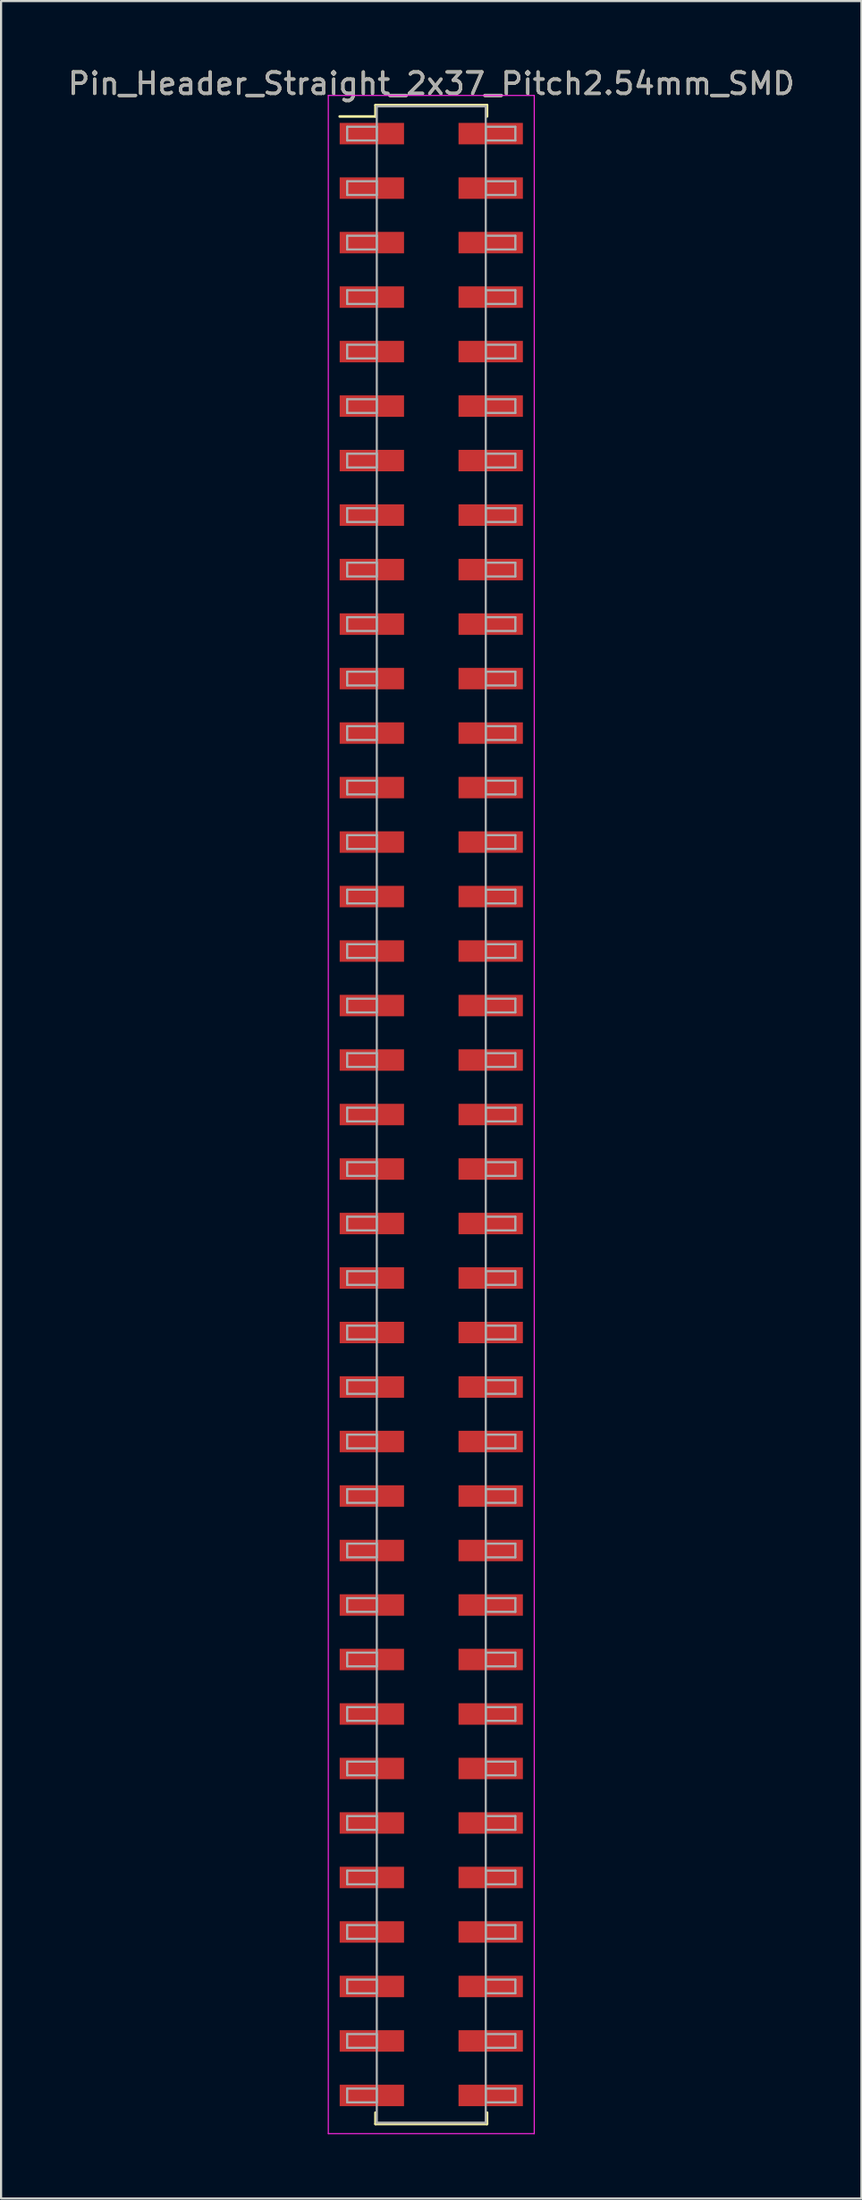
<source format=kicad_pcb>
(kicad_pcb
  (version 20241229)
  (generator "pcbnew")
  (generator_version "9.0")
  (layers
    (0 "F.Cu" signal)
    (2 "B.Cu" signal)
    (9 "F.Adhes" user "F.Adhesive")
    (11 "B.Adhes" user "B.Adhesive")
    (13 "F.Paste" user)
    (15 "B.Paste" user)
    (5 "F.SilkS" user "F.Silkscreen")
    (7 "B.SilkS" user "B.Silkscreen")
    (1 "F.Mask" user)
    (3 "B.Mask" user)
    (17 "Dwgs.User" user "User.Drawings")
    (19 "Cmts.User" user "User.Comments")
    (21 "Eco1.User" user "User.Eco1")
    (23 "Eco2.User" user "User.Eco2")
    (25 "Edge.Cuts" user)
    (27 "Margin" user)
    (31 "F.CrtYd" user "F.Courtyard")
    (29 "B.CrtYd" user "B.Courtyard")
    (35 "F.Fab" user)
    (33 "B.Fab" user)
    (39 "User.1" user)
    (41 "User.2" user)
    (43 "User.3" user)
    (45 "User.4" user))
  (footprint "Pin_Header_Straight_2x37_Pitch2.54mm_SMD"
    (layer "F.Cu")
    (at 17.054 48.898)
    (property "Reference" "Pin_Header_Straight_2x37_Pitch2.54mm_SMD" (at 0 -48.05 0) (layer "F.SilkS") (effects (font (size 1 1) (thickness 0.15))))
    (attr smd)
    (fp_line (start -4.27 -46.52) (end -2.6 -46.52) (stroke (width 0.12) (type solid)) (layer "F.SilkS"))
    (fp_line (start -2.6 -47.05) (end 2.6 -47.05) (stroke (width 0.12) (type solid)) (layer "F.SilkS"))
    (fp_line (start -2.6 -46.52) (end -2.6 -47.05) (stroke (width 0.12) (type solid)) (layer "F.SilkS"))
    (fp_line (start -2.6 46.52) (end -2.6 47.05) (stroke (width 0.12) (type solid)) (layer "F.SilkS"))
    (fp_line (start -2.6 47.05) (end 2.6 47.05) (stroke (width 0.12) (type solid)) (layer "F.SilkS"))
    (fp_line (start 2.6 -47.05) (end 2.6 -46.52) (stroke (width 0.12) (type solid)) (layer "F.SilkS"))
    (fp_line (start 2.6 47.05) (end 2.6 46.52) (stroke (width 0.12) (type solid)) (layer "F.SilkS"))
    (fp_line (start -4.8 -47.5) (end -4.8 47.5) (stroke (width 0.05) (type solid)) (layer "F.CrtYd"))
    (fp_line (start -4.8 47.5) (end 4.8 47.5) (stroke (width 0.05) (type solid)) (layer "F.CrtYd"))
    (fp_line (start 4.8 -47.5) (end -4.8 -47.5) (stroke (width 0.05) (type solid)) (layer "F.CrtYd"))
    (fp_line (start 4.8 47.5) (end 4.8 -47.5) (stroke (width 0.05) (type solid)) (layer "F.CrtYd"))
    (fp_line (start -3.92 -46.04) (end -2.54 -46.04) (stroke (width 0.1) (type solid)) (layer "F.Fab"))
    (fp_line (start -3.92 -45.4) (end -3.92 -46.04) (stroke (width 0.1) (type solid)) (layer "F.Fab"))
    (fp_line (start -3.92 -43.5) (end -2.54 -43.5) (stroke (width 0.1) (type solid)) (layer "F.Fab"))
    (fp_line (start -3.92 -42.86) (end -3.92 -43.5) (stroke (width 0.1) (type solid)) (layer "F.Fab"))
    (fp_line (start -3.92 -40.96) (end -2.54 -40.96) (stroke (width 0.1) (type solid)) (layer "F.Fab"))
    (fp_line (start -3.92 -40.32) (end -3.92 -40.96) (stroke (width 0.1) (type solid)) (layer "F.Fab"))
    (fp_line (start -3.92 -38.42) (end -2.54 -38.42) (stroke (width 0.1) (type solid)) (layer "F.Fab"))
    (fp_line (start -3.92 -37.78) (end -3.92 -38.42) (stroke (width 0.1) (type solid)) (layer "F.Fab"))
    (fp_line (start -3.92 -35.88) (end -2.54 -35.88) (stroke (width 0.1) (type solid)) (layer "F.Fab"))
    (fp_line (start -3.92 -35.24) (end -3.92 -35.88) (stroke (width 0.1) (type solid)) (layer "F.Fab"))
    (fp_line (start -3.92 -33.34) (end -2.54 -33.34) (stroke (width 0.1) (type solid)) (layer "F.Fab"))
    (fp_line (start -3.92 -32.7) (end -3.92 -33.34) (stroke (width 0.1) (type solid)) (layer "F.Fab"))
    (fp_line (start -3.92 -30.8) (end -2.54 -30.8) (stroke (width 0.1) (type solid)) (layer "F.Fab"))
    (fp_line (start -3.92 -30.16) (end -3.92 -30.8) (stroke (width 0.1) (type solid)) (layer "F.Fab"))
    (fp_line (start -3.92 -28.26) (end -2.54 -28.26) (stroke (width 0.1) (type solid)) (layer "F.Fab"))
    (fp_line (start -3.92 -27.62) (end -3.92 -28.26) (stroke (width 0.1) (type solid)) (layer "F.Fab"))
    (fp_line (start -3.92 -25.72) (end -2.54 -25.72) (stroke (width 0.1) (type solid)) (layer "F.Fab"))
    (fp_line (start -3.92 -25.08) (end -3.92 -25.72) (stroke (width 0.1) (type solid)) (layer "F.Fab"))
    (fp_line (start -3.92 -23.18) (end -2.54 -23.18) (stroke (width 0.1) (type solid)) (layer "F.Fab"))
    (fp_line (start -3.92 -22.54) (end -3.92 -23.18) (stroke (width 0.1) (type solid)) (layer "F.Fab"))
    (fp_line (start -3.92 -20.64) (end -2.54 -20.64) (stroke (width 0.1) (type solid)) (layer "F.Fab"))
    (fp_line (start -3.92 -20) (end -3.92 -20.64) (stroke (width 0.1) (type solid)) (layer "F.Fab"))
    (fp_line (start -3.92 -18.1) (end -2.54 -18.1) (stroke (width 0.1) (type solid)) (layer "F.Fab"))
    (fp_line (start -3.92 -17.46) (end -3.92 -18.1) (stroke (width 0.1) (type solid)) (layer "F.Fab"))
    (fp_line (start -3.92 -15.56) (end -2.54 -15.56) (stroke (width 0.1) (type solid)) (layer "F.Fab"))
    (fp_line (start -3.92 -14.92) (end -3.92 -15.56) (stroke (width 0.1) (type solid)) (layer "F.Fab"))
    (fp_line (start -3.92 -13.02) (end -2.54 -13.02) (stroke (width 0.1) (type solid)) (layer "F.Fab"))
    (fp_line (start -3.92 -12.38) (end -3.92 -13.02) (stroke (width 0.1) (type solid)) (layer "F.Fab"))
    (fp_line (start -3.92 -10.48) (end -2.54 -10.48) (stroke (width 0.1) (type solid)) (layer "F.Fab"))
    (fp_line (start -3.92 -9.84) (end -3.92 -10.48) (stroke (width 0.1) (type solid)) (layer "F.Fab"))
    (fp_line (start -3.92 -7.94) (end -2.54 -7.94) (stroke (width 0.1) (type solid)) (layer "F.Fab"))
    (fp_line (start -3.92 -7.3) (end -3.92 -7.94) (stroke (width 0.1) (type solid)) (layer "F.Fab"))
    (fp_line (start -3.92 -5.4) (end -2.54 -5.4) (stroke (width 0.1) (type solid)) (layer "F.Fab"))
    (fp_line (start -3.92 -4.76) (end -3.92 -5.4) (stroke (width 0.1) (type solid)) (layer "F.Fab"))
    (fp_line (start -3.92 -2.86) (end -2.54 -2.86) (stroke (width 0.1) (type solid)) (layer "F.Fab"))
    (fp_line (start -3.92 -2.22) (end -3.92 -2.86) (stroke (width 0.1) (type solid)) (layer "F.Fab"))
    (fp_line (start -3.92 -0.32) (end -2.54 -0.32) (stroke (width 0.1) (type solid)) (layer "F.Fab"))
    (fp_line (start -3.92 0.32) (end -3.92 -0.32) (stroke (width 0.1) (type solid)) (layer "F.Fab"))
    (fp_line (start -3.92 2.22) (end -2.54 2.22) (stroke (width 0.1) (type solid)) (layer "F.Fab"))
    (fp_line (start -3.92 2.86) (end -3.92 2.22) (stroke (width 0.1) (type solid)) (layer "F.Fab"))
    (fp_line (start -3.92 4.76) (end -2.54 4.76) (stroke (width 0.1) (type solid)) (layer "F.Fab"))
    (fp_line (start -3.92 5.4) (end -3.92 4.76) (stroke (width 0.1) (type solid)) (layer "F.Fab"))
    (fp_line (start -3.92 7.3) (end -2.54 7.3) (stroke (width 0.1) (type solid)) (layer "F.Fab"))
    (fp_line (start -3.92 7.94) (end -3.92 7.3) (stroke (width 0.1) (type solid)) (layer "F.Fab"))
    (fp_line (start -3.92 9.84) (end -2.54 9.84) (stroke (width 0.1) (type solid)) (layer "F.Fab"))
    (fp_line (start -3.92 10.48) (end -3.92 9.84) (stroke (width 0.1) (type solid)) (layer "F.Fab"))
    (fp_line (start -3.92 12.38) (end -2.54 12.38) (stroke (width 0.1) (type solid)) (layer "F.Fab"))
    (fp_line (start -3.92 13.02) (end -3.92 12.38) (stroke (width 0.1) (type solid)) (layer "F.Fab"))
    (fp_line (start -3.92 14.92) (end -2.54 14.92) (stroke (width 0.1) (type solid)) (layer "F.Fab"))
    (fp_line (start -3.92 15.56) (end -3.92 14.92) (stroke (width 0.1) (type solid)) (layer "F.Fab"))
    (fp_line (start -3.92 17.46) (end -2.54 17.46) (stroke (width 0.1) (type solid)) (layer "F.Fab"))
    (fp_line (start -3.92 18.1) (end -3.92 17.46) (stroke (width 0.1) (type solid)) (layer "F.Fab"))
    (fp_line (start -3.92 20) (end -2.54 20) (stroke (width 0.1) (type solid)) (layer "F.Fab"))
    (fp_line (start -3.92 20.64) (end -3.92 20) (stroke (width 0.1) (type solid)) (layer "F.Fab"))
    (fp_line (start -3.92 22.54) (end -2.54 22.54) (stroke (width 0.1) (type solid)) (layer "F.Fab"))
    (fp_line (start -3.92 23.18) (end -3.92 22.54) (stroke (width 0.1) (type solid)) (layer "F.Fab"))
    (fp_line (start -3.92 25.08) (end -2.54 25.08) (stroke (width 0.1) (type solid)) (layer "F.Fab"))
    (fp_line (start -3.92 25.72) (end -3.92 25.08) (stroke (width 0.1) (type solid)) (layer "F.Fab"))
    (fp_line (start -3.92 27.62) (end -2.54 27.62) (stroke (width 0.1) (type solid)) (layer "F.Fab"))
    (fp_line (start -3.92 28.26) (end -3.92 27.62) (stroke (width 0.1) (type solid)) (layer "F.Fab"))
    (fp_line (start -3.92 30.16) (end -2.54 30.16) (stroke (width 0.1) (type solid)) (layer "F.Fab"))
    (fp_line (start -3.92 30.8) (end -3.92 30.16) (stroke (width 0.1) (type solid)) (layer "F.Fab"))
    (fp_line (start -3.92 32.7) (end -2.54 32.7) (stroke (width 0.1) (type solid)) (layer "F.Fab"))
    (fp_line (start -3.92 33.34) (end -3.92 32.7) (stroke (width 0.1) (type solid)) (layer "F.Fab"))
    (fp_line (start -3.92 35.24) (end -2.54 35.24) (stroke (width 0.1) (type solid)) (layer "F.Fab"))
    (fp_line (start -3.92 35.88) (end -3.92 35.24) (stroke (width 0.1) (type solid)) (layer "F.Fab"))
    (fp_line (start -3.92 37.78) (end -2.54 37.78) (stroke (width 0.1) (type solid)) (layer "F.Fab"))
    (fp_line (start -3.92 38.42) (end -3.92 37.78) (stroke (width 0.1) (type solid)) (layer "F.Fab"))
    (fp_line (start -3.92 40.32) (end -2.54 40.32) (stroke (width 0.1) (type solid)) (layer "F.Fab"))
    (fp_line (start -3.92 40.96) (end -3.92 40.32) (stroke (width 0.1) (type solid)) (layer "F.Fab"))
    (fp_line (start -3.92 42.86) (end -2.54 42.86) (stroke (width 0.1) (type solid)) (layer "F.Fab"))
    (fp_line (start -3.92 43.5) (end -3.92 42.86) (stroke (width 0.1) (type solid)) (layer "F.Fab"))
    (fp_line (start -3.92 45.4) (end -2.54 45.4) (stroke (width 0.1) (type solid)) (layer "F.Fab"))
    (fp_line (start -3.92 46.04) (end -3.92 45.4) (stroke (width 0.1) (type solid)) (layer "F.Fab"))
    (fp_line (start -2.54 -46.99) (end -2.54 46.99) (stroke (width 0.1) (type solid)) (layer "F.Fab"))
    (fp_line (start -2.54 -46.04) (end -2.54 -45.4) (stroke (width 0.1) (type solid)) (layer "F.Fab"))
    (fp_line (start -2.54 -45.4) (end -3.92 -45.4) (stroke (width 0.1) (type solid)) (layer "F.Fab"))
    (fp_line (start -2.54 -43.5) (end -2.54 -42.86) (stroke (width 0.1) (type solid)) (layer "F.Fab"))
    (fp_line (start -2.54 -42.86) (end -3.92 -42.86) (stroke (width 0.1) (type solid)) (layer "F.Fab"))
    (fp_line (start -2.54 -40.96) (end -2.54 -40.32) (stroke (width 0.1) (type solid)) (layer "F.Fab"))
    (fp_line (start -2.54 -40.32) (end -3.92 -40.32) (stroke (width 0.1) (type solid)) (layer "F.Fab"))
    (fp_line (start -2.54 -38.42) (end -2.54 -37.78) (stroke (width 0.1) (type solid)) (layer "F.Fab"))
    (fp_line (start -2.54 -37.78) (end -3.92 -37.78) (stroke (width 0.1) (type solid)) (layer "F.Fab"))
    (fp_line (start -2.54 -35.88) (end -2.54 -35.24) (stroke (width 0.1) (type solid)) (layer "F.Fab"))
    (fp_line (start -2.54 -35.24) (end -3.92 -35.24) (stroke (width 0.1) (type solid)) (layer "F.Fab"))
    (fp_line (start -2.54 -33.34) (end -2.54 -32.7) (stroke (width 0.1) (type solid)) (layer "F.Fab"))
    (fp_line (start -2.54 -32.7) (end -3.92 -32.7) (stroke (width 0.1) (type solid)) (layer "F.Fab"))
    (fp_line (start -2.54 -30.8) (end -2.54 -30.16) (stroke (width 0.1) (type solid)) (layer "F.Fab"))
    (fp_line (start -2.54 -30.16) (end -3.92 -30.16) (stroke (width 0.1) (type solid)) (layer "F.Fab"))
    (fp_line (start -2.54 -28.26) (end -2.54 -27.62) (stroke (width 0.1) (type solid)) (layer "F.Fab"))
    (fp_line (start -2.54 -27.62) (end -3.92 -27.62) (stroke (width 0.1) (type solid)) (layer "F.Fab"))
    (fp_line (start -2.54 -25.72) (end -2.54 -25.08) (stroke (width 0.1) (type solid)) (layer "F.Fab"))
    (fp_line (start -2.54 -25.08) (end -3.92 -25.08) (stroke (width 0.1) (type solid)) (layer "F.Fab"))
    (fp_line (start -2.54 -23.18) (end -2.54 -22.54) (stroke (width 0.1) (type solid)) (layer "F.Fab"))
    (fp_line (start -2.54 -22.54) (end -3.92 -22.54) (stroke (width 0.1) (type solid)) (layer "F.Fab"))
    (fp_line (start -2.54 -20.64) (end -2.54 -20) (stroke (width 0.1) (type solid)) (layer "F.Fab"))
    (fp_line (start -2.54 -20) (end -3.92 -20) (stroke (width 0.1) (type solid)) (layer "F.Fab"))
    (fp_line (start -2.54 -18.1) (end -2.54 -17.46) (stroke (width 0.1) (type solid)) (layer "F.Fab"))
    (fp_line (start -2.54 -17.46) (end -3.92 -17.46) (stroke (width 0.1) (type solid)) (layer "F.Fab"))
    (fp_line (start -2.54 -15.56) (end -2.54 -14.92) (stroke (width 0.1) (type solid)) (layer "F.Fab"))
    (fp_line (start -2.54 -14.92) (end -3.92 -14.92) (stroke (width 0.1) (type solid)) (layer "F.Fab"))
    (fp_line (start -2.54 -13.02) (end -2.54 -12.38) (stroke (width 0.1) (type solid)) (layer "F.Fab"))
    (fp_line (start -2.54 -12.38) (end -3.92 -12.38) (stroke (width 0.1) (type solid)) (layer "F.Fab"))
    (fp_line (start -2.54 -10.48) (end -2.54 -9.84) (stroke (width 0.1) (type solid)) (layer "F.Fab"))
    (fp_line (start -2.54 -9.84) (end -3.92 -9.84) (stroke (width 0.1) (type solid)) (layer "F.Fab"))
    (fp_line (start -2.54 -7.94) (end -2.54 -7.3) (stroke (width 0.1) (type solid)) (layer "F.Fab"))
    (fp_line (start -2.54 -7.3) (end -3.92 -7.3) (stroke (width 0.1) (type solid)) (layer "F.Fab"))
    (fp_line (start -2.54 -5.4) (end -2.54 -4.76) (stroke (width 0.1) (type solid)) (layer "F.Fab"))
    (fp_line (start -2.54 -4.76) (end -3.92 -4.76) (stroke (width 0.1) (type solid)) (layer "F.Fab"))
    (fp_line (start -2.54 -2.86) (end -2.54 -2.22) (stroke (width 0.1) (type solid)) (layer "F.Fab"))
    (fp_line (start -2.54 -2.22) (end -3.92 -2.22) (stroke (width 0.1) (type solid)) (layer "F.Fab"))
    (fp_line (start -2.54 -0.32) (end -2.54 0.32) (stroke (width 0.1) (type solid)) (layer "F.Fab"))
    (fp_line (start -2.54 0.32) (end -3.92 0.32) (stroke (width 0.1) (type solid)) (layer "F.Fab"))
    (fp_line (start -2.54 2.22) (end -2.54 2.86) (stroke (width 0.1) (type solid)) (layer "F.Fab"))
    (fp_line (start -2.54 2.86) (end -3.92 2.86) (stroke (width 0.1) (type solid)) (layer "F.Fab"))
    (fp_line (start -2.54 4.76) (end -2.54 5.4) (stroke (width 0.1) (type solid)) (layer "F.Fab"))
    (fp_line (start -2.54 5.4) (end -3.92 5.4) (stroke (width 0.1) (type solid)) (layer "F.Fab"))
    (fp_line (start -2.54 7.3) (end -2.54 7.94) (stroke (width 0.1) (type solid)) (layer "F.Fab"))
    (fp_line (start -2.54 7.94) (end -3.92 7.94) (stroke (width 0.1) (type solid)) (layer "F.Fab"))
    (fp_line (start -2.54 9.84) (end -2.54 10.48) (stroke (width 0.1) (type solid)) (layer "F.Fab"))
    (fp_line (start -2.54 10.48) (end -3.92 10.48) (stroke (width 0.1) (type solid)) (layer "F.Fab"))
    (fp_line (start -2.54 12.38) (end -2.54 13.02) (stroke (width 0.1) (type solid)) (layer "F.Fab"))
    (fp_line (start -2.54 13.02) (end -3.92 13.02) (stroke (width 0.1) (type solid)) (layer "F.Fab"))
    (fp_line (start -2.54 14.92) (end -2.54 15.56) (stroke (width 0.1) (type solid)) (layer "F.Fab"))
    (fp_line (start -2.54 15.56) (end -3.92 15.56) (stroke (width 0.1) (type solid)) (layer "F.Fab"))
    (fp_line (start -2.54 17.46) (end -2.54 18.1) (stroke (width 0.1) (type solid)) (layer "F.Fab"))
    (fp_line (start -2.54 18.1) (end -3.92 18.1) (stroke (width 0.1) (type solid)) (layer "F.Fab"))
    (fp_line (start -2.54 20) (end -2.54 20.64) (stroke (width 0.1) (type solid)) (layer "F.Fab"))
    (fp_line (start -2.54 20.64) (end -3.92 20.64) (stroke (width 0.1) (type solid)) (layer "F.Fab"))
    (fp_line (start -2.54 22.54) (end -2.54 23.18) (stroke (width 0.1) (type solid)) (layer "F.Fab"))
    (fp_line (start -2.54 23.18) (end -3.92 23.18) (stroke (width 0.1) (type solid)) (layer "F.Fab"))
    (fp_line (start -2.54 25.08) (end -2.54 25.72) (stroke (width 0.1) (type solid)) (layer "F.Fab"))
    (fp_line (start -2.54 25.72) (end -3.92 25.72) (stroke (width 0.1) (type solid)) (layer "F.Fab"))
    (fp_line (start -2.54 27.62) (end -2.54 28.26) (stroke (width 0.1) (type solid)) (layer "F.Fab"))
    (fp_line (start -2.54 28.26) (end -3.92 28.26) (stroke (width 0.1) (type solid)) (layer "F.Fab"))
    (fp_line (start -2.54 30.16) (end -2.54 30.8) (stroke (width 0.1) (type solid)) (layer "F.Fab"))
    (fp_line (start -2.54 30.8) (end -3.92 30.8) (stroke (width 0.1) (type solid)) (layer "F.Fab"))
    (fp_line (start -2.54 32.7) (end -2.54 33.34) (stroke (width 0.1) (type solid)) (layer "F.Fab"))
    (fp_line (start -2.54 33.34) (end -3.92 33.34) (stroke (width 0.1) (type solid)) (layer "F.Fab"))
    (fp_line (start -2.54 35.24) (end -2.54 35.88) (stroke (width 0.1) (type solid)) (layer "F.Fab"))
    (fp_line (start -2.54 35.88) (end -3.92 35.88) (stroke (width 0.1) (type solid)) (layer "F.Fab"))
    (fp_line (start -2.54 37.78) (end -2.54 38.42) (stroke (width 0.1) (type solid)) (layer "F.Fab"))
    (fp_line (start -2.54 38.42) (end -3.92 38.42) (stroke (width 0.1) (type solid)) (layer "F.Fab"))
    (fp_line (start -2.54 40.32) (end -2.54 40.96) (stroke (width 0.1) (type solid)) (layer "F.Fab"))
    (fp_line (start -2.54 40.96) (end -3.92 40.96) (stroke (width 0.1) (type solid)) (layer "F.Fab"))
    (fp_line (start -2.54 42.86) (end -2.54 43.5) (stroke (width 0.1) (type solid)) (layer "F.Fab"))
    (fp_line (start -2.54 43.5) (end -3.92 43.5) (stroke (width 0.1) (type solid)) (layer "F.Fab"))
    (fp_line (start -2.54 45.4) (end -2.54 46.04) (stroke (width 0.1) (type solid)) (layer "F.Fab"))
    (fp_line (start -2.54 46.04) (end -3.92 46.04) (stroke (width 0.1) (type solid)) (layer "F.Fab"))
    (fp_line (start -2.54 46.99) (end 2.54 46.99) (stroke (width 0.1) (type solid)) (layer "F.Fab"))
    (fp_line (start 2.54 -46.99) (end -2.54 -46.99) (stroke (width 0.1) (type solid)) (layer "F.Fab"))
    (fp_line (start 2.54 -46.04) (end 2.54 -45.4) (stroke (width 0.1) (type solid)) (layer "F.Fab"))
    (fp_line (start 2.54 -45.4) (end 3.92 -45.4) (stroke (width 0.1) (type solid)) (layer "F.Fab"))
    (fp_line (start 2.54 -43.5) (end 2.54 -42.86) (stroke (width 0.1) (type solid)) (layer "F.Fab"))
    (fp_line (start 2.54 -42.86) (end 3.92 -42.86) (stroke (width 0.1) (type solid)) (layer "F.Fab"))
    (fp_line (start 2.54 -40.96) (end 2.54 -40.32) (stroke (width 0.1) (type solid)) (layer "F.Fab"))
    (fp_line (start 2.54 -40.32) (end 3.92 -40.32) (stroke (width 0.1) (type solid)) (layer "F.Fab"))
    (fp_line (start 2.54 -38.42) (end 2.54 -37.78) (stroke (width 0.1) (type solid)) (layer "F.Fab"))
    (fp_line (start 2.54 -37.78) (end 3.92 -37.78) (stroke (width 0.1) (type solid)) (layer "F.Fab"))
    (fp_line (start 2.54 -35.88) (end 2.54 -35.24) (stroke (width 0.1) (type solid)) (layer "F.Fab"))
    (fp_line (start 2.54 -35.24) (end 3.92 -35.24) (stroke (width 0.1) (type solid)) (layer "F.Fab"))
    (fp_line (start 2.54 -33.34) (end 2.54 -32.7) (stroke (width 0.1) (type solid)) (layer "F.Fab"))
    (fp_line (start 2.54 -32.7) (end 3.92 -32.7) (stroke (width 0.1) (type solid)) (layer "F.Fab"))
    (fp_line (start 2.54 -30.8) (end 2.54 -30.16) (stroke (width 0.1) (type solid)) (layer "F.Fab"))
    (fp_line (start 2.54 -30.16) (end 3.92 -30.16) (stroke (width 0.1) (type solid)) (layer "F.Fab"))
    (fp_line (start 2.54 -28.26) (end 2.54 -27.62) (stroke (width 0.1) (type solid)) (layer "F.Fab"))
    (fp_line (start 2.54 -27.62) (end 3.92 -27.62) (stroke (width 0.1) (type solid)) (layer "F.Fab"))
    (fp_line (start 2.54 -25.72) (end 2.54 -25.08) (stroke (width 0.1) (type solid)) (layer "F.Fab"))
    (fp_line (start 2.54 -25.08) (end 3.92 -25.08) (stroke (width 0.1) (type solid)) (layer "F.Fab"))
    (fp_line (start 2.54 -23.18) (end 2.54 -22.54) (stroke (width 0.1) (type solid)) (layer "F.Fab"))
    (fp_line (start 2.54 -22.54) (end 3.92 -22.54) (stroke (width 0.1) (type solid)) (layer "F.Fab"))
    (fp_line (start 2.54 -20.64) (end 2.54 -20) (stroke (width 0.1) (type solid)) (layer "F.Fab"))
    (fp_line (start 2.54 -20) (end 3.92 -20) (stroke (width 0.1) (type solid)) (layer "F.Fab"))
    (fp_line (start 2.54 -18.1) (end 2.54 -17.46) (stroke (width 0.1) (type solid)) (layer "F.Fab"))
    (fp_line (start 2.54 -17.46) (end 3.92 -17.46) (stroke (width 0.1) (type solid)) (layer "F.Fab"))
    (fp_line (start 2.54 -15.56) (end 2.54 -14.92) (stroke (width 0.1) (type solid)) (layer "F.Fab"))
    (fp_line (start 2.54 -14.92) (end 3.92 -14.92) (stroke (width 0.1) (type solid)) (layer "F.Fab"))
    (fp_line (start 2.54 -13.02) (end 2.54 -12.38) (stroke (width 0.1) (type solid)) (layer "F.Fab"))
    (fp_line (start 2.54 -12.38) (end 3.92 -12.38) (stroke (width 0.1) (type solid)) (layer "F.Fab"))
    (fp_line (start 2.54 -10.48) (end 2.54 -9.84) (stroke (width 0.1) (type solid)) (layer "F.Fab"))
    (fp_line (start 2.54 -9.84) (end 3.92 -9.84) (stroke (width 0.1) (type solid)) (layer "F.Fab"))
    (fp_line (start 2.54 -7.94) (end 2.54 -7.3) (stroke (width 0.1) (type solid)) (layer "F.Fab"))
    (fp_line (start 2.54 -7.3) (end 3.92 -7.3) (stroke (width 0.1) (type solid)) (layer "F.Fab"))
    (fp_line (start 2.54 -5.4) (end 2.54 -4.76) (stroke (width 0.1) (type solid)) (layer "F.Fab"))
    (fp_line (start 2.54 -4.76) (end 3.92 -4.76) (stroke (width 0.1) (type solid)) (layer "F.Fab"))
    (fp_line (start 2.54 -2.86) (end 2.54 -2.22) (stroke (width 0.1) (type solid)) (layer "F.Fab"))
    (fp_line (start 2.54 -2.22) (end 3.92 -2.22) (stroke (width 0.1) (type solid)) (layer "F.Fab"))
    (fp_line (start 2.54 -0.32) (end 2.54 0.32) (stroke (width 0.1) (type solid)) (layer "F.Fab"))
    (fp_line (start 2.54 0.32) (end 3.92 0.32) (stroke (width 0.1) (type solid)) (layer "F.Fab"))
    (fp_line (start 2.54 2.22) (end 2.54 2.86) (stroke (width 0.1) (type solid)) (layer "F.Fab"))
    (fp_line (start 2.54 2.86) (end 3.92 2.86) (stroke (width 0.1) (type solid)) (layer "F.Fab"))
    (fp_line (start 2.54 4.76) (end 2.54 5.4) (stroke (width 0.1) (type solid)) (layer "F.Fab"))
    (fp_line (start 2.54 5.4) (end 3.92 5.4) (stroke (width 0.1) (type solid)) (layer "F.Fab"))
    (fp_line (start 2.54 7.3) (end 2.54 7.94) (stroke (width 0.1) (type solid)) (layer "F.Fab"))
    (fp_line (start 2.54 7.94) (end 3.92 7.94) (stroke (width 0.1) (type solid)) (layer "F.Fab"))
    (fp_line (start 2.54 9.84) (end 2.54 10.48) (stroke (width 0.1) (type solid)) (layer "F.Fab"))
    (fp_line (start 2.54 10.48) (end 3.92 10.48) (stroke (width 0.1) (type solid)) (layer "F.Fab"))
    (fp_line (start 2.54 12.38) (end 2.54 13.02) (stroke (width 0.1) (type solid)) (layer "F.Fab"))
    (fp_line (start 2.54 13.02) (end 3.92 13.02) (stroke (width 0.1) (type solid)) (layer "F.Fab"))
    (fp_line (start 2.54 14.92) (end 2.54 15.56) (stroke (width 0.1) (type solid)) (layer "F.Fab"))
    (fp_line (start 2.54 15.56) (end 3.92 15.56) (stroke (width 0.1) (type solid)) (layer "F.Fab"))
    (fp_line (start 2.54 17.46) (end 2.54 18.1) (stroke (width 0.1) (type solid)) (layer "F.Fab"))
    (fp_line (start 2.54 18.1) (end 3.92 18.1) (stroke (width 0.1) (type solid)) (layer "F.Fab"))
    (fp_line (start 2.54 20) (end 2.54 20.64) (stroke (width 0.1) (type solid)) (layer "F.Fab"))
    (fp_line (start 2.54 20.64) (end 3.92 20.64) (stroke (width 0.1) (type solid)) (layer "F.Fab"))
    (fp_line (start 2.54 22.54) (end 2.54 23.18) (stroke (width 0.1) (type solid)) (layer "F.Fab"))
    (fp_line (start 2.54 23.18) (end 3.92 23.18) (stroke (width 0.1) (type solid)) (layer "F.Fab"))
    (fp_line (start 2.54 25.08) (end 2.54 25.72) (stroke (width 0.1) (type solid)) (layer "F.Fab"))
    (fp_line (start 2.54 25.72) (end 3.92 25.72) (stroke (width 0.1) (type solid)) (layer "F.Fab"))
    (fp_line (start 2.54 27.62) (end 2.54 28.26) (stroke (width 0.1) (type solid)) (layer "F.Fab"))
    (fp_line (start 2.54 28.26) (end 3.92 28.26) (stroke (width 0.1) (type solid)) (layer "F.Fab"))
    (fp_line (start 2.54 30.16) (end 2.54 30.8) (stroke (width 0.1) (type solid)) (layer "F.Fab"))
    (fp_line (start 2.54 30.8) (end 3.92 30.8) (stroke (width 0.1) (type solid)) (layer "F.Fab"))
    (fp_line (start 2.54 32.7) (end 2.54 33.34) (stroke (width 0.1) (type solid)) (layer "F.Fab"))
    (fp_line (start 2.54 33.34) (end 3.92 33.34) (stroke (width 0.1) (type solid)) (layer "F.Fab"))
    (fp_line (start 2.54 35.24) (end 2.54 35.88) (stroke (width 0.1) (type solid)) (layer "F.Fab"))
    (fp_line (start 2.54 35.88) (end 3.92 35.88) (stroke (width 0.1) (type solid)) (layer "F.Fab"))
    (fp_line (start 2.54 37.78) (end 2.54 38.42) (stroke (width 0.1) (type solid)) (layer "F.Fab"))
    (fp_line (start 2.54 38.42) (end 3.92 38.42) (stroke (width 0.1) (type solid)) (layer "F.Fab"))
    (fp_line (start 2.54 40.32) (end 2.54 40.96) (stroke (width 0.1) (type solid)) (layer "F.Fab"))
    (fp_line (start 2.54 40.96) (end 3.92 40.96) (stroke (width 0.1) (type solid)) (layer "F.Fab"))
    (fp_line (start 2.54 42.86) (end 2.54 43.5) (stroke (width 0.1) (type solid)) (layer "F.Fab"))
    (fp_line (start 2.54 43.5) (end 3.92 43.5) (stroke (width 0.1) (type solid)) (layer "F.Fab"))
    (fp_line (start 2.54 45.4) (end 2.54 46.04) (stroke (width 0.1) (type solid)) (layer "F.Fab"))
    (fp_line (start 2.54 46.04) (end 3.92 46.04) (stroke (width 0.1) (type solid)) (layer "F.Fab"))
    (fp_line (start 2.54 46.99) (end 2.54 -46.99) (stroke (width 0.1) (type solid)) (layer "F.Fab"))
    (fp_line (start 3.92 -46.04) (end 2.54 -46.04) (stroke (width 0.1) (type solid)) (layer "F.Fab"))
    (fp_line (start 3.92 -45.4) (end 3.92 -46.04) (stroke (width 0.1) (type solid)) (layer "F.Fab"))
    (fp_line (start 3.92 -43.5) (end 2.54 -43.5) (stroke (width 0.1) (type solid)) (layer "F.Fab"))
    (fp_line (start 3.92 -42.86) (end 3.92 -43.5) (stroke (width 0.1) (type solid)) (layer "F.Fab"))
    (fp_line (start 3.92 -40.96) (end 2.54 -40.96) (stroke (width 0.1) (type solid)) (layer "F.Fab"))
    (fp_line (start 3.92 -40.32) (end 3.92 -40.96) (stroke (width 0.1) (type solid)) (layer "F.Fab"))
    (fp_line (start 3.92 -38.42) (end 2.54 -38.42) (stroke (width 0.1) (type solid)) (layer "F.Fab"))
    (fp_line (start 3.92 -37.78) (end 3.92 -38.42) (stroke (width 0.1) (type solid)) (layer "F.Fab"))
    (fp_line (start 3.92 -35.88) (end 2.54 -35.88) (stroke (width 0.1) (type solid)) (layer "F.Fab"))
    (fp_line (start 3.92 -35.24) (end 3.92 -35.88) (stroke (width 0.1) (type solid)) (layer "F.Fab"))
    (fp_line (start 3.92 -33.34) (end 2.54 -33.34) (stroke (width 0.1) (type solid)) (layer "F.Fab"))
    (fp_line (start 3.92 -32.7) (end 3.92 -33.34) (stroke (width 0.1) (type solid)) (layer "F.Fab"))
    (fp_line (start 3.92 -30.8) (end 2.54 -30.8) (stroke (width 0.1) (type solid)) (layer "F.Fab"))
    (fp_line (start 3.92 -30.16) (end 3.92 -30.8) (stroke (width 0.1) (type solid)) (layer "F.Fab"))
    (fp_line (start 3.92 -28.26) (end 2.54 -28.26) (stroke (width 0.1) (type solid)) (layer "F.Fab"))
    (fp_line (start 3.92 -27.62) (end 3.92 -28.26) (stroke (width 0.1) (type solid)) (layer "F.Fab"))
    (fp_line (start 3.92 -25.72) (end 2.54 -25.72) (stroke (width 0.1) (type solid)) (layer "F.Fab"))
    (fp_line (start 3.92 -25.08) (end 3.92 -25.72) (stroke (width 0.1) (type solid)) (layer "F.Fab"))
    (fp_line (start 3.92 -23.18) (end 2.54 -23.18) (stroke (width 0.1) (type solid)) (layer "F.Fab"))
    (fp_line (start 3.92 -22.54) (end 3.92 -23.18) (stroke (width 0.1) (type solid)) (layer "F.Fab"))
    (fp_line (start 3.92 -20.64) (end 2.54 -20.64) (stroke (width 0.1) (type solid)) (layer "F.Fab"))
    (fp_line (start 3.92 -20) (end 3.92 -20.64) (stroke (width 0.1) (type solid)) (layer "F.Fab"))
    (fp_line (start 3.92 -18.1) (end 2.54 -18.1) (stroke (width 0.1) (type solid)) (layer "F.Fab"))
    (fp_line (start 3.92 -17.46) (end 3.92 -18.1) (stroke (width 0.1) (type solid)) (layer "F.Fab"))
    (fp_line (start 3.92 -15.56) (end 2.54 -15.56) (stroke (width 0.1) (type solid)) (layer "F.Fab"))
    (fp_line (start 3.92 -14.92) (end 3.92 -15.56) (stroke (width 0.1) (type solid)) (layer "F.Fab"))
    (fp_line (start 3.92 -13.02) (end 2.54 -13.02) (stroke (width 0.1) (type solid)) (layer "F.Fab"))
    (fp_line (start 3.92 -12.38) (end 3.92 -13.02) (stroke (width 0.1) (type solid)) (layer "F.Fab"))
    (fp_line (start 3.92 -10.48) (end 2.54 -10.48) (stroke (width 0.1) (type solid)) (layer "F.Fab"))
    (fp_line (start 3.92 -9.84) (end 3.92 -10.48) (stroke (width 0.1) (type solid)) (layer "F.Fab"))
    (fp_line (start 3.92 -7.94) (end 2.54 -7.94) (stroke (width 0.1) (type solid)) (layer "F.Fab"))
    (fp_line (start 3.92 -7.3) (end 3.92 -7.94) (stroke (width 0.1) (type solid)) (layer "F.Fab"))
    (fp_line (start 3.92 -5.4) (end 2.54 -5.4) (stroke (width 0.1) (type solid)) (layer "F.Fab"))
    (fp_line (start 3.92 -4.76) (end 3.92 -5.4) (stroke (width 0.1) (type solid)) (layer "F.Fab"))
    (fp_line (start 3.92 -2.86) (end 2.54 -2.86) (stroke (width 0.1) (type solid)) (layer "F.Fab"))
    (fp_line (start 3.92 -2.22) (end 3.92 -2.86) (stroke (width 0.1) (type solid)) (layer "F.Fab"))
    (fp_line (start 3.92 -0.32) (end 2.54 -0.32) (stroke (width 0.1) (type solid)) (layer "F.Fab"))
    (fp_line (start 3.92 0.32) (end 3.92 -0.32) (stroke (width 0.1) (type solid)) (layer "F.Fab"))
    (fp_line (start 3.92 2.22) (end 2.54 2.22) (stroke (width 0.1) (type solid)) (layer "F.Fab"))
    (fp_line (start 3.92 2.86) (end 3.92 2.22) (stroke (width 0.1) (type solid)) (layer "F.Fab"))
    (fp_line (start 3.92 4.76) (end 2.54 4.76) (stroke (width 0.1) (type solid)) (layer "F.Fab"))
    (fp_line (start 3.92 5.4) (end 3.92 4.76) (stroke (width 0.1) (type solid)) (layer "F.Fab"))
    (fp_line (start 3.92 7.3) (end 2.54 7.3) (stroke (width 0.1) (type solid)) (layer "F.Fab"))
    (fp_line (start 3.92 7.94) (end 3.92 7.3) (stroke (width 0.1) (type solid)) (layer "F.Fab"))
    (fp_line (start 3.92 9.84) (end 2.54 9.84) (stroke (width 0.1) (type solid)) (layer "F.Fab"))
    (fp_line (start 3.92 10.48) (end 3.92 9.84) (stroke (width 0.1) (type solid)) (layer "F.Fab"))
    (fp_line (start 3.92 12.38) (end 2.54 12.38) (stroke (width 0.1) (type solid)) (layer "F.Fab"))
    (fp_line (start 3.92 13.02) (end 3.92 12.38) (stroke (width 0.1) (type solid)) (layer "F.Fab"))
    (fp_line (start 3.92 14.92) (end 2.54 14.92) (stroke (width 0.1) (type solid)) (layer "F.Fab"))
    (fp_line (start 3.92 15.56) (end 3.92 14.92) (stroke (width 0.1) (type solid)) (layer "F.Fab"))
    (fp_line (start 3.92 17.46) (end 2.54 17.46) (stroke (width 0.1) (type solid)) (layer "F.Fab"))
    (fp_line (start 3.92 18.1) (end 3.92 17.46) (stroke (width 0.1) (type solid)) (layer "F.Fab"))
    (fp_line (start 3.92 20) (end 2.54 20) (stroke (width 0.1) (type solid)) (layer "F.Fab"))
    (fp_line (start 3.92 20.64) (end 3.92 20) (stroke (width 0.1) (type solid)) (layer "F.Fab"))
    (fp_line (start 3.92 22.54) (end 2.54 22.54) (stroke (width 0.1) (type solid)) (layer "F.Fab"))
    (fp_line (start 3.92 23.18) (end 3.92 22.54) (stroke (width 0.1) (type solid)) (layer "F.Fab"))
    (fp_line (start 3.92 25.08) (end 2.54 25.08) (stroke (width 0.1) (type solid)) (layer "F.Fab"))
    (fp_line (start 3.92 25.72) (end 3.92 25.08) (stroke (width 0.1) (type solid)) (layer "F.Fab"))
    (fp_line (start 3.92 27.62) (end 2.54 27.62) (stroke (width 0.1) (type solid)) (layer "F.Fab"))
    (fp_line (start 3.92 28.26) (end 3.92 27.62) (stroke (width 0.1) (type solid)) (layer "F.Fab"))
    (fp_line (start 3.92 30.16) (end 2.54 30.16) (stroke (width 0.1) (type solid)) (layer "F.Fab"))
    (fp_line (start 3.92 30.8) (end 3.92 30.16) (stroke (width 0.1) (type solid)) (layer "F.Fab"))
    (fp_line (start 3.92 32.7) (end 2.54 32.7) (stroke (width 0.1) (type solid)) (layer "F.Fab"))
    (fp_line (start 3.92 33.34) (end 3.92 32.7) (stroke (width 0.1) (type solid)) (layer "F.Fab"))
    (fp_line (start 3.92 35.24) (end 2.54 35.24) (stroke (width 0.1) (type solid)) (layer "F.Fab"))
    (fp_line (start 3.92 35.88) (end 3.92 35.24) (stroke (width 0.1) (type solid)) (layer "F.Fab"))
    (fp_line (start 3.92 37.78) (end 2.54 37.78) (stroke (width 0.1) (type solid)) (layer "F.Fab"))
    (fp_line (start 3.92 38.42) (end 3.92 37.78) (stroke (width 0.1) (type solid)) (layer "F.Fab"))
    (fp_line (start 3.92 40.32) (end 2.54 40.32) (stroke (width 0.1) (type solid)) (layer "F.Fab"))
    (fp_line (start 3.92 40.96) (end 3.92 40.32) (stroke (width 0.1) (type solid)) (layer "F.Fab"))
    (fp_line (start 3.92 42.86) (end 2.54 42.86) (stroke (width 0.1) (type solid)) (layer "F.Fab"))
    (fp_line (start 3.92 43.5) (end 3.92 42.86) (stroke (width 0.1) (type solid)) (layer "F.Fab"))
    (fp_line (start 3.92 45.4) (end 2.54 45.4) (stroke (width 0.1) (type solid)) (layer "F.Fab"))
    (fp_line (start 3.92 46.04) (end 3.92 45.4) (stroke (width 0.1) (type solid)) (layer "F.Fab"))
    (fp_text user "${REFERENCE}" (at 0 -48.05 0) (layer "F.Fab") (effects (font (size 1 1) (thickness 0.15))))
    (pad "1" smd rect (at -2.77 -45.72) (size 3 1) (layers "F.Cu" "F.Mask" "F.Paste"))
    (pad "2" smd rect (at 2.77 -45.72) (size 3 1) (layers "F.Cu" "F.Mask" "F.Paste"))
    (pad "3" smd rect (at -2.77 -43.18) (size 3 1) (layers "F.Cu" "F.Mask" "F.Paste"))
    (pad "4" smd rect (at 2.77 -43.18) (size 3 1) (layers "F.Cu" "F.Mask" "F.Paste"))
    (pad "5" smd rect (at -2.77 -40.64) (size 3 1) (layers "F.Cu" "F.Mask" "F.Paste"))
    (pad "6" smd rect (at 2.77 -40.64) (size 3 1) (layers "F.Cu" "F.Mask" "F.Paste"))
    (pad "7" smd rect (at -2.77 -38.1) (size 3 1) (layers "F.Cu" "F.Mask" "F.Paste"))
    (pad "8" smd rect (at 2.77 -38.1) (size 3 1) (layers "F.Cu" "F.Mask" "F.Paste"))
    (pad "9" smd rect (at -2.77 -35.56) (size 3 1) (layers "F.Cu" "F.Mask" "F.Paste"))
    (pad "10" smd rect (at 2.77 -35.56) (size 3 1) (layers "F.Cu" "F.Mask" "F.Paste"))
    (pad "11" smd rect (at -2.77 -33.02) (size 3 1) (layers "F.Cu" "F.Mask" "F.Paste"))
    (pad "12" smd rect (at 2.77 -33.02) (size 3 1) (layers "F.Cu" "F.Mask" "F.Paste"))
    (pad "13" smd rect (at -2.77 -30.48) (size 3 1) (layers "F.Cu" "F.Mask" "F.Paste"))
    (pad "14" smd rect (at 2.77 -30.48) (size 3 1) (layers "F.Cu" "F.Mask" "F.Paste"))
    (pad "15" smd rect (at -2.77 -27.94) (size 3 1) (layers "F.Cu" "F.Mask" "F.Paste"))
    (pad "16" smd rect (at 2.77 -27.94) (size 3 1) (layers "F.Cu" "F.Mask" "F.Paste"))
    (pad "17" smd rect (at -2.77 -25.4) (size 3 1) (layers "F.Cu" "F.Mask" "F.Paste"))
    (pad "18" smd rect (at 2.77 -25.4) (size 3 1) (layers "F.Cu" "F.Mask" "F.Paste"))
    (pad "19" smd rect (at -2.77 -22.86) (size 3 1) (layers "F.Cu" "F.Mask" "F.Paste"))
    (pad "20" smd rect (at 2.77 -22.86) (size 3 1) (layers "F.Cu" "F.Mask" "F.Paste"))
    (pad "21" smd rect (at -2.77 -20.32) (size 3 1) (layers "F.Cu" "F.Mask" "F.Paste"))
    (pad "22" smd rect (at 2.77 -20.32) (size 3 1) (layers "F.Cu" "F.Mask" "F.Paste"))
    (pad "23" smd rect (at -2.77 -17.78) (size 3 1) (layers "F.Cu" "F.Mask" "F.Paste"))
    (pad "24" smd rect (at 2.77 -17.78) (size 3 1) (layers "F.Cu" "F.Mask" "F.Paste"))
    (pad "25" smd rect (at -2.77 -15.24) (size 3 1) (layers "F.Cu" "F.Mask" "F.Paste"))
    (pad "26" smd rect (at 2.77 -15.24) (size 3 1) (layers "F.Cu" "F.Mask" "F.Paste"))
    (pad "27" smd rect (at -2.77 -12.7) (size 3 1) (layers "F.Cu" "F.Mask" "F.Paste"))
    (pad "28" smd rect (at 2.77 -12.7) (size 3 1) (layers "F.Cu" "F.Mask" "F.Paste"))
    (pad "29" smd rect (at -2.77 -10.16) (size 3 1) (layers "F.Cu" "F.Mask" "F.Paste"))
    (pad "30" smd rect (at 2.77 -10.16) (size 3 1) (layers "F.Cu" "F.Mask" "F.Paste"))
    (pad "31" smd rect (at -2.77 -7.62) (size 3 1) (layers "F.Cu" "F.Mask" "F.Paste"))
    (pad "32" smd rect (at 2.77 -7.62) (size 3 1) (layers "F.Cu" "F.Mask" "F.Paste"))
    (pad "33" smd rect (at -2.77 -5.08) (size 3 1) (layers "F.Cu" "F.Mask" "F.Paste"))
    (pad "34" smd rect (at 2.77 -5.08) (size 3 1) (layers "F.Cu" "F.Mask" "F.Paste"))
    (pad "35" smd rect (at -2.77 -2.54) (size 3 1) (layers "F.Cu" "F.Mask" "F.Paste"))
    (pad "36" smd rect (at 2.77 -2.54) (size 3 1) (layers "F.Cu" "F.Mask" "F.Paste"))
    (pad "37" smd rect (at -2.77 0) (size 3 1) (layers "F.Cu" "F.Mask" "F.Paste"))
    (pad "38" smd rect (at 2.77 0) (size 3 1) (layers "F.Cu" "F.Mask" "F.Paste"))
    (pad "39" smd rect (at -2.77 2.54) (size 3 1) (layers "F.Cu" "F.Mask" "F.Paste"))
    (pad "40" smd rect (at 2.77 2.54) (size 3 1) (layers "F.Cu" "F.Mask" "F.Paste"))
    (pad "41" smd rect (at -2.77 5.08) (size 3 1) (layers "F.Cu" "F.Mask" "F.Paste"))
    (pad "42" smd rect (at 2.77 5.08) (size 3 1) (layers "F.Cu" "F.Mask" "F.Paste"))
    (pad "43" smd rect (at -2.77 7.62) (size 3 1) (layers "F.Cu" "F.Mask" "F.Paste"))
    (pad "44" smd rect (at 2.77 7.62) (size 3 1) (layers "F.Cu" "F.Mask" "F.Paste"))
    (pad "45" smd rect (at -2.77 10.16) (size 3 1) (layers "F.Cu" "F.Mask" "F.Paste"))
    (pad "46" smd rect (at 2.77 10.16) (size 3 1) (layers "F.Cu" "F.Mask" "F.Paste"))
    (pad "47" smd rect (at -2.77 12.7) (size 3 1) (layers "F.Cu" "F.Mask" "F.Paste"))
    (pad "48" smd rect (at 2.77 12.7) (size 3 1) (layers "F.Cu" "F.Mask" "F.Paste"))
    (pad "49" smd rect (at -2.77 15.24) (size 3 1) (layers "F.Cu" "F.Mask" "F.Paste"))
    (pad "50" smd rect (at 2.77 15.24) (size 3 1) (layers "F.Cu" "F.Mask" "F.Paste"))
    (pad "51" smd rect (at -2.77 17.78) (size 3 1) (layers "F.Cu" "F.Mask" "F.Paste"))
    (pad "52" smd rect (at 2.77 17.78) (size 3 1) (layers "F.Cu" "F.Mask" "F.Paste"))
    (pad "53" smd rect (at -2.77 20.32) (size 3 1) (layers "F.Cu" "F.Mask" "F.Paste"))
    (pad "54" smd rect (at 2.77 20.32) (size 3 1) (layers "F.Cu" "F.Mask" "F.Paste"))
    (pad "55" smd rect (at -2.77 22.86) (size 3 1) (layers "F.Cu" "F.Mask" "F.Paste"))
    (pad "56" smd rect (at 2.77 22.86) (size 3 1) (layers "F.Cu" "F.Mask" "F.Paste"))
    (pad "57" smd rect (at -2.77 25.4) (size 3 1) (layers "F.Cu" "F.Mask" "F.Paste"))
    (pad "58" smd rect (at 2.77 25.4) (size 3 1) (layers "F.Cu" "F.Mask" "F.Paste"))
    (pad "59" smd rect (at -2.77 27.94) (size 3 1) (layers "F.Cu" "F.Mask" "F.Paste"))
    (pad "60" smd rect (at 2.77 27.94) (size 3 1) (layers "F.Cu" "F.Mask" "F.Paste"))
    (pad "61" smd rect (at -2.77 30.48) (size 3 1) (layers "F.Cu" "F.Mask" "F.Paste"))
    (pad "62" smd rect (at 2.77 30.48) (size 3 1) (layers "F.Cu" "F.Mask" "F.Paste"))
    (pad "63" smd rect (at -2.77 33.02) (size 3 1) (layers "F.Cu" "F.Mask" "F.Paste"))
    (pad "64" smd rect (at 2.77 33.02) (size 3 1) (layers "F.Cu" "F.Mask" "F.Paste"))
    (pad "65" smd rect (at -2.77 35.56) (size 3 1) (layers "F.Cu" "F.Mask" "F.Paste"))
    (pad "66" smd rect (at 2.77 35.56) (size 3 1) (layers "F.Cu" "F.Mask" "F.Paste"))
    (pad "67" smd rect (at -2.77 38.1) (size 3 1) (layers "F.Cu" "F.Mask" "F.Paste"))
    (pad "68" smd rect (at 2.77 38.1) (size 3 1) (layers "F.Cu" "F.Mask" "F.Paste"))
    (pad "69" smd rect (at -2.77 40.64) (size 3 1) (layers "F.Cu" "F.Mask" "F.Paste"))
    (pad "70" smd rect (at 2.77 40.64) (size 3 1) (layers "F.Cu" "F.Mask" "F.Paste"))
    (pad "71" smd rect (at -2.77 43.18) (size 3 1) (layers "F.Cu" "F.Mask" "F.Paste"))
    (pad "72" smd rect (at 2.77 43.18) (size 3 1) (layers "F.Cu" "F.Mask" "F.Paste"))
    (pad "73" smd rect (at -2.77 45.72) (size 3 1) (layers "F.Cu" "F.Mask" "F.Paste"))
    (pad "74" smd rect (at 2.77 45.72) (size 3 1) (layers "F.Cu" "F.Mask" "F.Paste")))
  (gr_rect
    (start -3 -3)
    (end 37.107 99.423)
    (stroke (width 0.1) (type default))
    (fill no)
    (layer "Edge.Cuts")))
</source>
